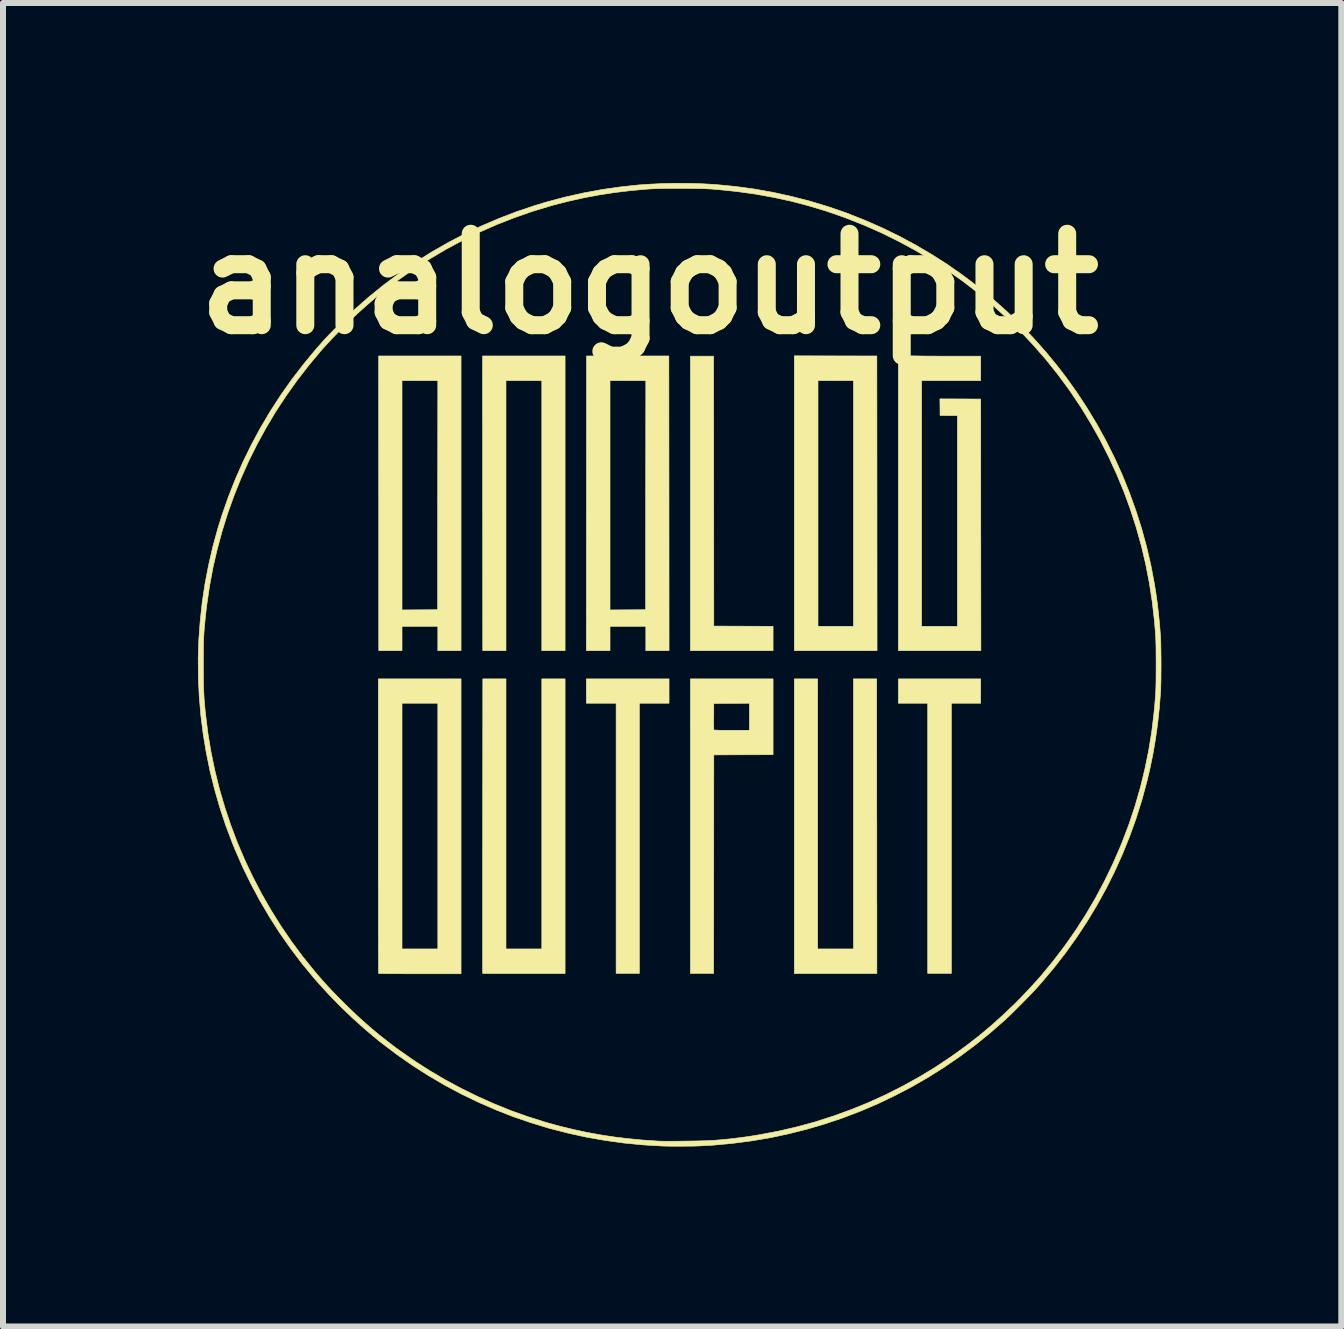
<source format=kicad_pcb>
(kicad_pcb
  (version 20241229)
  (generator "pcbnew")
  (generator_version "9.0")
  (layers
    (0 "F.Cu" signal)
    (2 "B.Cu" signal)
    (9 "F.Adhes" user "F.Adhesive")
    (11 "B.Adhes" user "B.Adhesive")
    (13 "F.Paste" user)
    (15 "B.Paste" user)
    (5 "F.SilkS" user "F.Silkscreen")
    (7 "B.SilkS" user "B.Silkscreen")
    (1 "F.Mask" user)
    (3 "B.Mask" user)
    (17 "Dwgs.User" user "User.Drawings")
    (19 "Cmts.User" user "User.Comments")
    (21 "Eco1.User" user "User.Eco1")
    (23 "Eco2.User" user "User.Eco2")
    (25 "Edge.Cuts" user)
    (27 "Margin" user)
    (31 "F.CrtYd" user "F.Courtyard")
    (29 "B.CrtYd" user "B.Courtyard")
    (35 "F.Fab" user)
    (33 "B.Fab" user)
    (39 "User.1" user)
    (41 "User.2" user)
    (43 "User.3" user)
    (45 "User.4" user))
  (footprint "analogoutput"
    (layer "F.Cu")
    (at 8.28 8.031)
    (property "Reference" "analogoutput" (at -0.508 -6.35 0) (layer "F.SilkS") (effects (font (size 1.524 1.524) (thickness 0.3))))
    (attr through_hole)
    (fp_poly (pts (xy -0.178 0.641) (xy -0.673 0.641) (xy -0.673 5.144) (xy -1.06 5.144) (xy -1.06 0.641) (xy -1.556 0.641) (xy -1.556 0.235) (xy -0.178 0.235) (xy -0.178 0.641)) (stroke (width 0.01) (type solid)) (fill yes) (layer "F.SilkS"))
    (fp_poly (pts (xy 0.567 -2.894) (xy 0.568 -0.645) (xy 1.062 -0.643) (xy 1.556 -0.641) (xy 1.556 -0.235) (xy 0.178 -0.235) (xy 0.178 -5.144) (xy 0.565 -5.144) (xy 0.567 -2.894)) (stroke (width 0.01) (type solid)) (fill yes) (layer "F.SilkS"))
    (fp_poly (pts (xy 5.016 0.641) (xy 4.528 0.641) (xy 4.528 5.144) (xy 4.134 5.144) (xy 4.134 0.641) (xy 3.645 0.641) (xy 3.645 0.235) (xy 5.016 0.235) (xy 5.016 0.641)) (stroke (width 0.01) (type solid)) (fill yes) (layer "F.SilkS"))
    (fp_poly (pts (xy 2.599 -5.148) (xy 3.286 -5.147) (xy 3.288 -2.691) (xy 3.289 -0.235) (xy 1.911 -0.235) (xy 1.911 -4.737) (xy 2.305 -4.737) (xy 2.305 -0.641) (xy 2.896 -0.641) (xy 2.896 -4.737) (xy 2.305 -4.737) (xy 1.911 -4.737) (xy 1.911 -5.15) (xy 2.599 -5.148)) (stroke (width 0.01) (type solid)) (fill yes) (layer "F.SilkS"))
    (fp_poly (pts (xy -0.179 -2.691) (xy -0.178 -0.235) (xy -0.565 -0.235) (xy -0.565 -0.641) (xy -1.162 -0.641) (xy -1.162 -0.235) (xy -1.556 -0.235) (xy -1.554 -2.691) (xy -1.553 -4.737) (xy -1.162 -4.737) (xy -1.162 -0.914) (xy -0.865 -0.916) (xy -0.568 -0.918) (xy -0.567 -2.827) (xy -0.565 -4.737) (xy -1.162 -4.737) (xy -1.553 -4.737) (xy -1.553 -5.147) (xy -0.181 -5.147) (xy -0.179 -2.691)) (stroke (width 0.01) (type solid)) (fill yes) (layer "F.SilkS"))
    (fp_poly (pts (xy 3.935 -5.148) (xy 3.999 -5.147) (xy 4.072 -5.146) (xy 4.153 -5.145) (xy 4.24 -5.145) (xy 4.329 -5.144) (xy 4.419 -5.144) (xy 4.507 -5.144) (xy 4.591 -5.144) (xy 4.621 -5.144) (xy 5.016 -5.144) (xy 5.016 -4.737) (xy 4.032 -4.737) (xy 4.032 -0.641) (xy 4.629 -0.641) (xy 4.629 -4.153) (xy 4.485 -4.154) (xy 4.34 -4.156) (xy 4.339 -4.294) (xy 4.337 -4.432) (xy 4.677 -4.431) (xy 5.017 -4.429) (xy 5.018 -2.332) (xy 5.02 -0.235) (xy 3.645 -0.235) (xy 3.645 -5.152) (xy 3.935 -5.148)) (stroke (width 0.01) (type solid)) (fill yes) (layer "F.SilkS"))
    (fp_poly (pts (xy -1.911 -0.235) (xy -2.299 -0.235) (xy -2.299 -4.737) (xy -2.896 -4.737) (xy -2.896 -0.235) (xy -3.283 -0.235) (xy -3.284 -2.486) (xy -3.285 -2.657) (xy -3.285 -2.825) (xy -3.285 -2.991) (xy -3.285 -3.153) (xy -3.285 -3.312) (xy -3.285 -3.466) (xy -3.285 -3.616) (xy -3.285 -3.76) (xy -3.285 -3.899) (xy -3.286 -4.032) (xy -3.286 -4.157) (xy -3.286 -4.276) (xy -3.286 -4.386) (xy -3.286 -4.488) (xy -3.286 -4.582) (xy -3.286 -4.666) (xy -3.286 -4.74) (xy -3.286 -4.804) (xy -3.286 -4.857) (xy -3.286 -4.899) (xy -3.286 -4.929) (xy -3.286 -4.942) (xy -3.286 -5.147) (xy -2.599 -5.147) (xy -1.911 -5.147) (xy -1.911 -0.235)) (stroke (width 0.01) (type solid)) (fill yes) (layer "F.SilkS"))
    (fp_poly (pts (xy 1.556 1.499) (xy 1.062 1.5) (xy 0.568 1.502) (xy 0.567 3.323) (xy 0.565 5.144) (xy 0.178 5.144) (xy 0.178 0.959) (xy 0.566 0.959) (xy 0.566 1.001) (xy 0.567 1.036) (xy 0.567 1.063) (xy 0.568 1.079) (xy 0.568 1.084) (xy 0.571 1.086) (xy 0.58 1.088) (xy 0.596 1.089) (xy 0.619 1.09) (xy 0.65 1.091) (xy 0.691 1.092) (xy 0.741 1.092) (xy 0.803 1.092) (xy 0.867 1.092) (xy 1.162 1.092) (xy 1.162 0.641) (xy 0.865 0.643) (xy 0.568 0.645) (xy 0.567 0.86) (xy 0.566 0.912) (xy 0.566 0.959) (xy 0.178 0.959) (xy 0.178 0.235) (xy 1.556 0.235) (xy 1.556 1.499)) (stroke (width 0.01) (type solid)) (fill yes) (layer "F.SilkS"))
    (fp_poly (pts (xy 2.299 4.737) (xy 2.896 4.737) (xy 2.896 0.235) (xy 3.283 0.235) (xy 3.284 2.486) (xy 3.285 2.657) (xy 3.285 2.825) (xy 3.285 2.991) (xy 3.285 3.153) (xy 3.285 3.312) (xy 3.285 3.466) (xy 3.285 3.616) (xy 3.285 3.76) (xy 3.285 3.899) (xy 3.286 4.032) (xy 3.286 4.157) (xy 3.286 4.276) (xy 3.286 4.386) (xy 3.286 4.488) (xy 3.286 4.582) (xy 3.286 4.666) (xy 3.286 4.74) (xy 3.286 4.804) (xy 3.286 4.857) (xy 3.286 4.899) (xy 3.286 4.929) (xy 3.286 4.942) (xy 3.286 5.147) (xy 2.599 5.147) (xy 1.911 5.147) (xy 1.911 0.235) (xy 2.299 0.235) (xy 2.299 4.737)) (stroke (width 0.01) (type solid)) (fill yes) (layer "F.SilkS"))
    (fp_poly (pts (xy -3.645 -0.235) (xy -4.032 -0.235) (xy -4.032 -0.641) (xy -4.629 -0.641) (xy -4.629 -0.235) (xy -5.016 -0.235) (xy -5.017 -0.437) (xy -5.017 -0.458) (xy -5.017 -0.492) (xy -5.017 -0.537) (xy -5.017 -0.594) (xy -5.017 -0.662) (xy -5.017 -0.739) (xy -5.017 -0.826) (xy -5.017 -0.923) (xy -5.017 -1.028) (xy -5.017 -1.141) (xy -5.017 -1.261) (xy -5.017 -1.389) (xy -5.017 -1.524) (xy -5.017 -1.664) (xy -5.017 -1.811) (xy -5.017 -1.962) (xy -5.017 -2.118) (xy -5.017 -2.278) (xy -5.017 -2.441) (xy -5.017 -2.608) (xy -5.017 -2.777) (xy -5.017 -2.892) (xy -5.018 -4.737) (xy -4.629 -4.737) (xy -4.629 -0.914) (xy -4.332 -0.916) (xy -4.035 -0.918) (xy -4.034 -2.827) (xy -4.032 -4.737) (xy -4.629 -4.737) (xy -5.018 -4.737) (xy -5.018 -5.147) (xy -4.331 -5.147) (xy -3.645 -5.147) (xy -3.645 -0.235)) (stroke (width 0.01) (type solid)) (fill yes) (layer "F.SilkS"))
    (fp_poly (pts (xy -2.896 4.737) (xy -2.299 4.737) (xy -2.299 0.235) (xy -1.911 0.235) (xy -1.911 5.147) (xy -2.598 5.147) (xy -2.69 5.147) (xy -2.778 5.147) (xy -2.863 5.147) (xy -2.942 5.147) (xy -3.014 5.146) (xy -3.08 5.146) (xy -3.138 5.146) (xy -3.188 5.145) (xy -3.228 5.145) (xy -3.259 5.145) (xy -3.278 5.144) (xy -3.285 5.144) (xy -3.285 5.144) (xy -3.285 5.137) (xy -3.285 5.118) (xy -3.285 5.088) (xy -3.285 5.046) (xy -3.285 4.993) (xy -3.285 4.929) (xy -3.285 4.856) (xy -3.285 4.772) (xy -3.285 4.68) (xy -3.285 4.578) (xy -3.285 4.469) (xy -3.285 4.351) (xy -3.285 4.226) (xy -3.285 4.094) (xy -3.285 3.955) (xy -3.285 3.81) (xy -3.285 3.659) (xy -3.285 3.503) (xy -3.285 3.342) (xy -3.285 3.177) (xy -3.284 3.007) (xy -3.284 2.834) (xy -3.284 2.688) (xy -3.282 0.235) (xy -2.896 0.235) (xy -2.896 4.737)) (stroke (width 0.01) (type solid)) (fill yes) (layer "F.SilkS"))
    (fp_poly (pts (xy -3.645 5.15) (xy -4.33 5.15) (xy -4.422 5.15) (xy -4.51 5.15) (xy -4.595 5.15) (xy -4.674 5.149) (xy -4.747 5.149) (xy -4.813 5.149) (xy -4.871 5.148) (xy -4.921 5.148) (xy -4.961 5.147) (xy -4.992 5.147) (xy -5.011 5.146) (xy -5.019 5.146) (xy -5.019 5.146) (xy -5.019 5.139) (xy -5.019 5.12) (xy -5.02 5.089) (xy -5.02 5.047) (xy -5.02 4.994) (xy -5.02 4.931) (xy -5.021 4.857) (xy -5.021 4.774) (xy -5.021 4.681) (xy -5.021 4.58) (xy -5.022 4.47) (xy -5.022 4.352) (xy -5.022 4.227) (xy -5.022 4.095) (xy -5.022 3.956) (xy -5.022 3.811) (xy -5.023 3.66) (xy -5.023 3.504) (xy -5.023 3.343) (xy -5.023 3.178) (xy -5.023 3.008) (xy -5.023 2.835) (xy -5.023 2.688) (xy -5.023 0.641) (xy -4.629 0.641) (xy -4.629 4.737) (xy -4.032 4.737) (xy -4.032 0.641) (xy -4.629 0.641) (xy -5.023 0.641) (xy -5.023 0.235) (xy -3.645 0.235) (xy -3.645 5.15)) (stroke (width 0.01) (type solid)) (fill yes) (layer "F.SilkS"))
    (fp_poly (pts (xy 0.175 -8.024) (xy 0.391 -8.017) (xy 0.599 -8.005) (xy 0.61 -8.004) (xy 0.928 -7.973) (xy 1.245 -7.93) (xy 1.558 -7.874) (xy 1.868 -7.806) (xy 2.175 -7.727) (xy 2.478 -7.635) (xy 2.777 -7.532) (xy 3.071 -7.416) (xy 3.361 -7.289) (xy 3.646 -7.151) (xy 3.926 -7.001) (xy 4.2 -6.84) (xy 4.469 -6.668) (xy 4.724 -6.489) (xy 4.972 -6.301) (xy 5.214 -6.103) (xy 5.448 -5.894) (xy 5.675 -5.676) (xy 5.893 -5.45) (xy 6.102 -5.215) (xy 6.3 -4.974) (xy 6.434 -4.8) (xy 6.619 -4.541) (xy 6.793 -4.276) (xy 6.957 -4.004) (xy 7.109 -3.726) (xy 7.251 -3.443) (xy 7.381 -3.155) (xy 7.499 -2.861) (xy 7.606 -2.563) (xy 7.702 -2.261) (xy 7.785 -1.956) (xy 7.856 -1.647) (xy 7.909 -1.368) (xy 7.937 -1.196) (xy 7.961 -1.025) (xy 7.981 -0.852) (xy 7.999 -0.674) (xy 8.013 -0.488) (xy 8.015 -0.46) (xy 8.017 -0.42) (xy 8.019 -0.369) (xy 8.02 -0.309) (xy 8.021 -0.241) (xy 8.022 -0.168) (xy 8.023 -0.091) (xy 8.023 -0.012) (xy 8.023 0.068) (xy 8.022 0.145) (xy 8.022 0.22) (xy 8.021 0.289) (xy 8.019 0.351) (xy 8.018 0.405) (xy 8.016 0.448) (xy 8.015 0.457) (xy 7.994 0.725) (xy 7.966 0.984) (xy 7.931 1.236) (xy 7.889 1.483) (xy 7.839 1.726) (xy 7.788 1.943) (xy 7.704 2.253) (xy 7.608 2.559) (xy 7.5 2.859) (xy 7.381 3.154) (xy 7.251 3.443) (xy 7.109 3.727) (xy 6.956 4.005) (xy 6.792 4.277) (xy 6.617 4.543) (xy 6.431 4.803) (xy 6.234 5.056) (xy 6.026 5.302) (xy 5.954 5.383) (xy 5.922 5.418) (xy 5.883 5.46) (xy 5.837 5.508) (xy 5.787 5.559) (xy 5.734 5.613) (xy 5.68 5.668) (xy 5.625 5.723) (xy 5.573 5.775) (xy 5.523 5.824) (xy 5.478 5.867) (xy 5.439 5.903) (xy 5.42 5.922) (xy 5.177 6.134) (xy 4.928 6.336) (xy 4.672 6.527) (xy 4.41 6.707) (xy 4.142 6.876) (xy 3.868 7.034) (xy 3.588 7.18) (xy 3.304 7.316) (xy 3.014 7.44) (xy 2.72 7.552) (xy 2.421 7.653) (xy 2.118 7.742) (xy 1.811 7.819) (xy 1.501 7.885) (xy 1.186 7.938) (xy 0.869 7.979) (xy 0.549 8.008) (xy 0.333 8.02) (xy 0.294 8.021) (xy 0.245 8.023) (xy 0.187 8.024) (xy 0.124 8.024) (xy 0.058 8.025) (xy -0.01 8.025) (xy -0.076 8.025) (xy -0.139 8.025) (xy -0.196 8.024) (xy -0.246 8.023) (xy -0.285 8.022) (xy -0.289 8.022) (xy -0.611 8.003) (xy -0.93 7.972) (xy -1.246 7.928) (xy -1.56 7.873) (xy -1.869 7.805) (xy -2.176 7.726) (xy -2.478 7.634) (xy -2.776 7.532) (xy -3.069 7.417) (xy -3.358 7.291) (xy -3.641 7.154) (xy -3.919 7.006) (xy -4.191 6.846) (xy -4.458 6.676) (xy -4.718 6.494) (xy -4.971 6.302) (xy -5.026 6.259) (xy -5.237 6.082) (xy -5.446 5.895) (xy -5.651 5.699) (xy -5.849 5.496) (xy -6.038 5.288) (xy -6.106 5.21) (xy -6.304 4.97) (xy -6.492 4.72) (xy -6.672 4.463) (xy -6.841 4.198) (xy -7 3.927) (xy -7.149 3.649) (xy -7.287 3.366) (xy -7.413 3.077) (xy -7.455 2.975) (xy -7.567 2.678) (xy -7.667 2.377) (xy -7.754 2.073) (xy -7.83 1.767) (xy -7.893 1.458) (xy -7.944 1.148) (xy -7.983 0.836) (xy -8.009 0.524) (xy -8.024 0.21) (xy -8.025 0) (xy -7.941 0) (xy -7.94 0.096) (xy -7.94 0.182) (xy -7.939 0.258) (xy -7.938 0.326) (xy -7.937 0.389) (xy -7.934 0.449) (xy -7.931 0.505) (xy -7.928 0.562) (xy -7.923 0.62) (xy -7.918 0.68) (xy -7.912 0.746) (xy -7.904 0.818) (xy -7.902 0.838) (xy -7.863 1.152) (xy -7.811 1.463) (xy -7.747 1.771) (xy -7.671 2.076) (xy -7.583 2.377) (xy -7.483 2.675) (xy -7.372 2.968) (xy -7.249 3.256) (xy -7.114 3.54) (xy -6.969 3.818) (xy -6.812 4.091) (xy -6.645 4.358) (xy -6.467 4.618) (xy -6.278 4.872) (xy -6.084 5.112) (xy -6.025 5.181) (xy -5.968 5.247) (xy -5.912 5.31) (xy -5.854 5.373) (xy -5.792 5.439) (xy -5.725 5.508) (xy -5.652 5.582) (xy -5.62 5.614) (xy -5.492 5.74) (xy -5.368 5.858) (xy -5.246 5.968) (xy -5.124 6.074) (xy -5 6.177) (xy -4.871 6.278) (xy -4.736 6.381) (xy -4.663 6.434) (xy -4.421 6.603) (xy -4.17 6.764) (xy -3.911 6.917) (xy -3.645 7.06) (xy -3.375 7.193) (xy -3.1 7.316) (xy -2.822 7.429) (xy -2.542 7.529) (xy -2.261 7.618) (xy -2.226 7.629) (xy -1.996 7.692) (xy -1.77 7.747) (xy -1.545 7.795) (xy -1.32 7.836) (xy -1.092 7.871) (xy -0.858 7.899) (xy -0.618 7.922) (xy -0.368 7.939) (xy -0.349 7.94) (xy -0.321 7.941) (xy -0.282 7.942) (xy -0.234 7.942) (xy -0.177 7.942) (xy -0.114 7.942) (xy -0.046 7.942) (xy 0.025 7.941) (xy 0.097 7.94) (xy 0.17 7.939) (xy 0.241 7.938) (xy 0.309 7.937) (xy 0.372 7.935) (xy 0.429 7.934) (xy 0.478 7.932) (xy 0.518 7.93) (xy 0.546 7.929) (xy 0.691 7.917) (xy 0.826 7.904) (xy 0.955 7.889) (xy 1.083 7.872) (xy 1.212 7.853) (xy 1.34 7.832) (xy 1.649 7.773) (xy 1.956 7.702) (xy 2.259 7.619) (xy 2.559 7.523) (xy 2.854 7.416) (xy 3.145 7.298) (xy 3.431 7.168) (xy 3.712 7.026) (xy 3.987 6.874) (xy 4.256 6.711) (xy 4.518 6.537) (xy 4.774 6.352) (xy 4.982 6.191) (xy 5.19 6.017) (xy 5.394 5.834) (xy 5.594 5.643) (xy 5.785 5.447) (xy 5.967 5.248) (xy 6.022 5.185) (xy 6.225 4.939) (xy 6.418 4.686) (xy 6.6 4.426) (xy 6.771 4.16) (xy 6.931 3.887) (xy 7.08 3.607) (xy 7.218 3.322) (xy 7.345 3.031) (xy 7.376 2.955) (xy 7.489 2.657) (xy 7.589 2.356) (xy 7.677 2.052) (xy 7.752 1.745) (xy 7.816 1.435) (xy 7.867 1.123) (xy 7.905 0.809) (xy 7.912 0.74) (xy 7.918 0.674) (xy 7.923 0.616) (xy 7.927 0.562) (xy 7.931 0.511) (xy 7.934 0.461) (xy 7.936 0.411) (xy 7.938 0.359) (xy 7.939 0.302) (xy 7.94 0.24) (xy 7.94 0.171) (xy 7.941 0.093) (xy 7.941 0.003) (xy 7.941 0) (xy 7.941 -0.09) (xy 7.94 -0.169) (xy 7.94 -0.238) (xy 7.939 -0.3) (xy 7.938 -0.357) (xy 7.936 -0.409) (xy 7.934 -0.459) (xy 7.931 -0.509) (xy 7.927 -0.56) (xy 7.923 -0.614) (xy 7.918 -0.672) (xy 7.912 -0.738) (xy 7.912 -0.74) (xy 7.876 -1.053) (xy 7.828 -1.365) (xy 7.768 -1.674) (xy 7.696 -1.98) (xy 7.611 -2.283) (xy 7.515 -2.582) (xy 7.407 -2.878) (xy 7.287 -3.168) (xy 7.156 -3.454) (xy 7.014 -3.735) (xy 6.86 -4.01) (xy 6.696 -4.28) (xy 6.52 -4.542) (xy 6.491 -4.585) (xy 6.304 -4.838) (xy 6.107 -5.085) (xy 5.899 -5.323) (xy 5.683 -5.554) (xy 5.456 -5.776) (xy 5.221 -5.99) (xy 4.977 -6.195) (xy 4.953 -6.214) (xy 4.709 -6.401) (xy 4.457 -6.579) (xy 4.197 -6.748) (xy 3.929 -6.907) (xy 3.655 -7.055) (xy 3.375 -7.194) (xy 3.089 -7.321) (xy 2.799 -7.437) (xy 2.718 -7.467) (xy 2.434 -7.565) (xy 2.148 -7.651) (xy 1.859 -7.727) (xy 1.564 -7.791) (xy 1.265 -7.845) (xy 0.96 -7.888) (xy 0.649 -7.92) (xy 0.54 -7.929) (xy 0.489 -7.932) (xy 0.427 -7.935) (xy 0.355 -7.937) (xy 0.277 -7.939) (xy 0.193 -7.94) (xy 0.105 -7.941) (xy 0.015 -7.941) (xy -0.076 -7.941) (xy -0.165 -7.941) (xy -0.25 -7.94) (xy -0.331 -7.938) (xy -0.404 -7.936) (xy -0.47 -7.933) (xy -0.525 -7.93) (xy -0.54 -7.929) (xy -0.816 -7.904) (xy -1.083 -7.872) (xy -1.344 -7.832) (xy -1.6 -7.784) (xy -1.854 -7.727) (xy -2.108 -7.662) (xy -2.157 -7.648) (xy -2.457 -7.557) (xy -2.753 -7.454) (xy -3.046 -7.339) (xy -3.333 -7.213) (xy -3.616 -7.075) (xy -3.893 -6.927) (xy -4.164 -6.767) (xy -4.428 -6.598) (xy -4.685 -6.418) (xy -4.935 -6.229) (xy -5.07 -6.119) (xy -5.215 -5.995) (xy -5.361 -5.864) (xy -5.507 -5.727) (xy -5.65 -5.587) (xy -5.787 -5.446) (xy -5.916 -5.307) (xy -5.979 -5.236) (xy -6.182 -4.993) (xy -6.376 -4.743) (xy -6.559 -4.486) (xy -6.732 -4.223) (xy -6.893 -3.953) (xy -7.044 -3.678) (xy -7.184 -3.397) (xy -7.312 -3.111) (xy -7.429 -2.82) (xy -7.535 -2.525) (xy -7.628 -2.226) (xy -7.71 -1.923) (xy -7.781 -1.617) (xy -7.838 -1.307) (xy -7.884 -0.995) (xy -7.902 -0.838) (xy -7.91 -0.764) (xy -7.916 -0.697) (xy -7.922 -0.635) (xy -7.927 -0.577) (xy -7.931 -0.52) (xy -7.934 -0.463) (xy -7.936 -0.405) (xy -7.938 -0.343) (xy -7.939 -0.276) (xy -7.94 -0.202) (xy -7.94 -0.119) (xy -7.941 -0.026) (xy -7.941 0) (xy -8.025 0) (xy -8.026 -0.104) (xy -8.016 -0.418) (xy -7.993 -0.731) (xy -7.959 -1.044) (xy -7.912 -1.355) (xy -7.852 -1.665) (xy -7.781 -1.973) (xy -7.697 -2.278) (xy -7.629 -2.496) (xy -7.524 -2.797) (xy -7.407 -3.093) (xy -7.279 -3.383) (xy -7.139 -3.669) (xy -6.989 -3.948) (xy -6.827 -4.222) (xy -6.654 -4.489) (xy -6.471 -4.749) (xy -6.277 -5.002) (xy -6.073 -5.249) (xy -5.922 -5.42) (xy -5.892 -5.452) (xy -5.854 -5.491) (xy -5.811 -5.536) (xy -5.763 -5.585) (xy -5.712 -5.636) (xy -5.66 -5.688) (xy -5.608 -5.74) (xy -5.558 -5.789) (xy -5.511 -5.835) (xy -5.469 -5.875) (xy -5.433 -5.909) (xy -5.42 -5.922) (xy -5.179 -6.133) (xy -4.931 -6.334) (xy -4.676 -6.524) (xy -4.414 -6.704) (xy -4.145 -6.874) (xy -3.87 -7.032) (xy -3.59 -7.179) (xy -3.304 -7.315) (xy -3.012 -7.44) (xy -2.715 -7.554) (xy -2.414 -7.655) (xy -2.223 -7.713) (xy -1.914 -7.795) (xy -1.602 -7.865) (xy -1.287 -7.923) (xy -0.97 -7.968) (xy -0.686 -7.998) (xy -0.478 -8.012) (xy -0.263 -8.022) (xy -0.044 -8.026) (xy 0.175 -8.024)) (stroke (width 0.01) (type solid)) (fill yes) (layer "F.SilkS")))
  (gr_rect
    (start -3 -3)
    (end 19.308 19.061)
    (stroke (width 0.1) (type default))
    (fill no)
    (layer "Edge.Cuts")))
</source>
